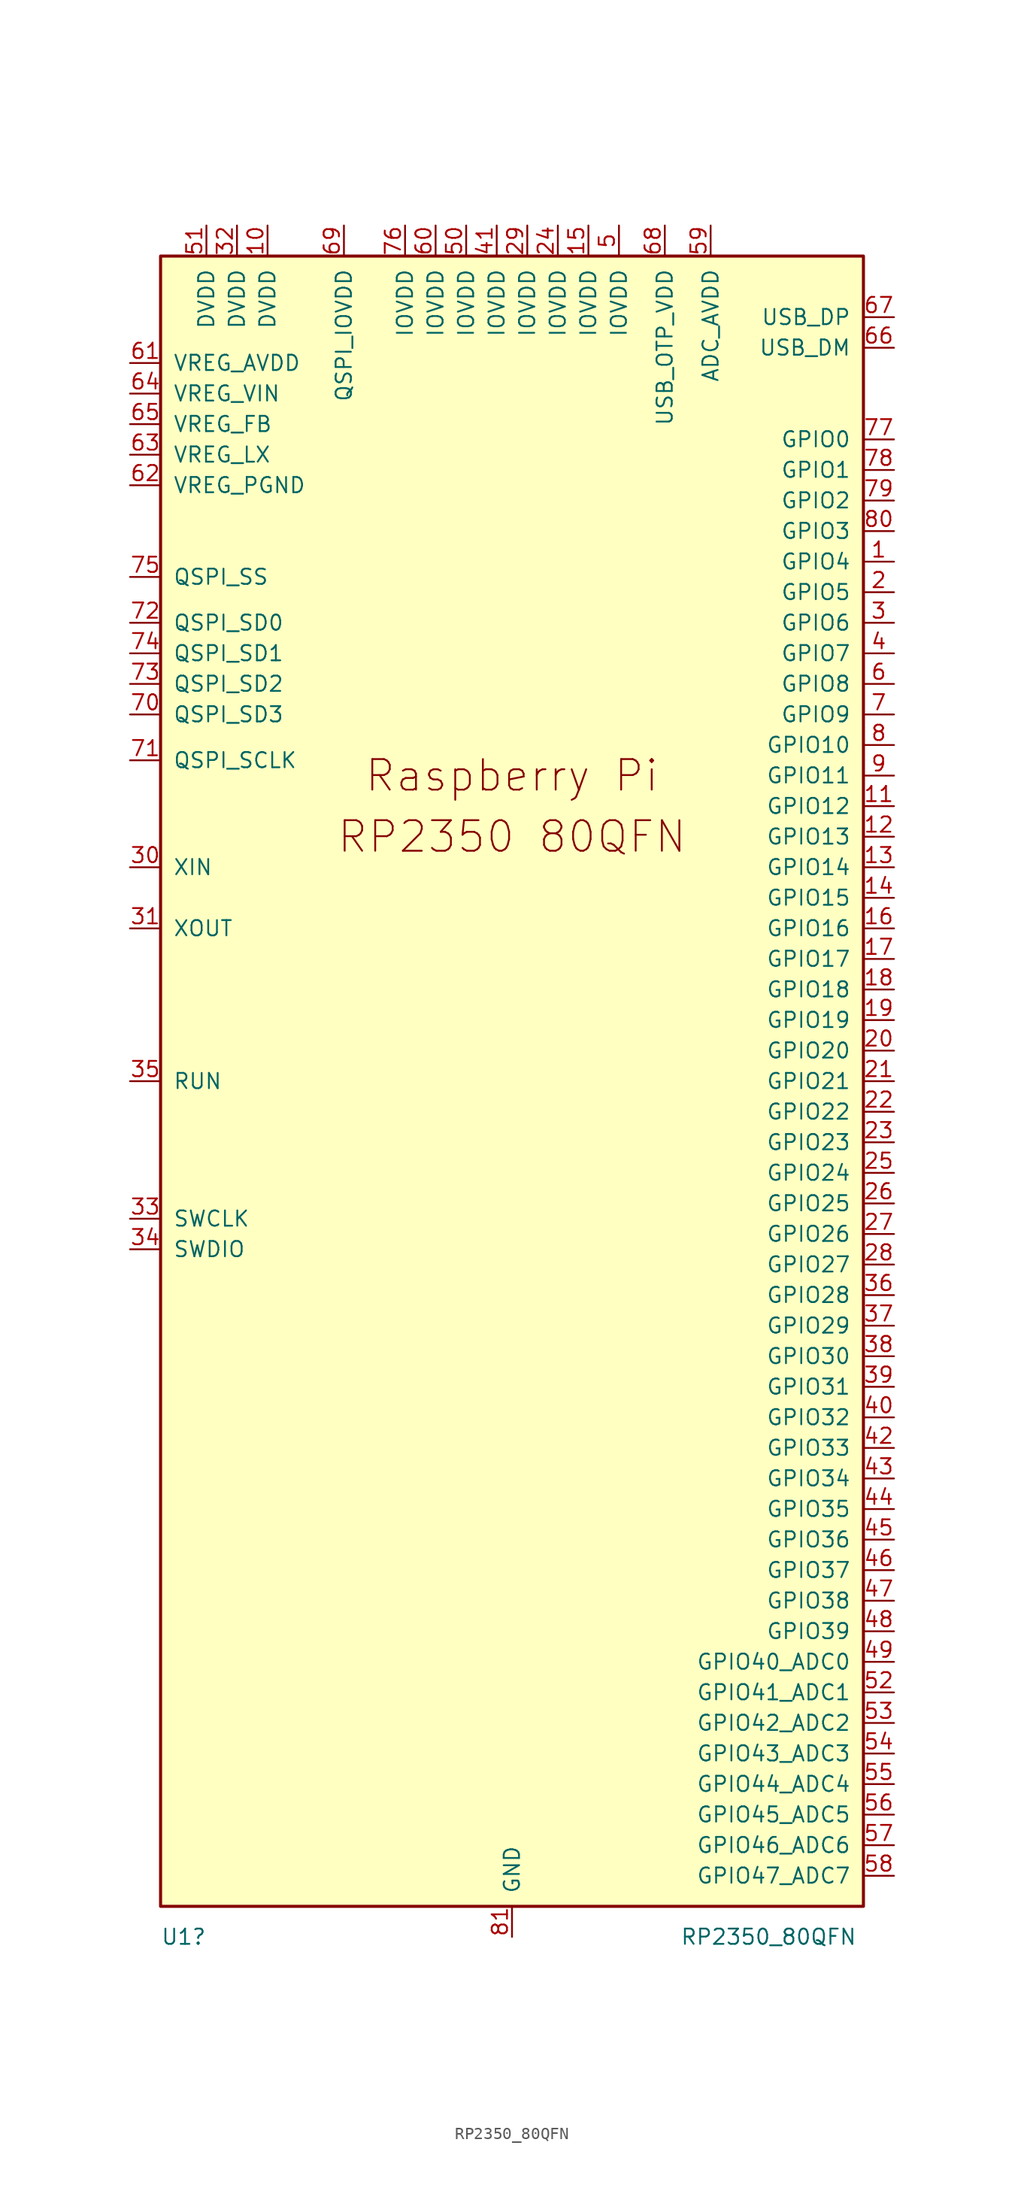
<source format=kicad_sym>
(kicad_symbol_lib
  (version 20220914)
  (generator kicad_symbol_editor)
  (symbol "RP2350_80QFN"
    (pin_names
      (offset 1.016))
    (property "Reference" "U1"
      (at -29.21 -91.44 0)
      (effects (font (size 1.27 1.27)) (justify left)))
    (property "Value" "RP2350_80QFN"
      (at 13.97 -91.44 0)
      (effects (font (size 1.27 1.27)) (justify left)))
    (symbol "RP2350_80QFN_0_0"
      (text "Raspberry Pi" (at 0 5.08 0) (effects (font (size 2.54 2.54)))))
    (symbol "RP2350_80QFN_0_1"
      (rectangle (start -29.21 48.26) (end 29.21 -88.9) (stroke (width 0.254) (type default)) (fill (type background))))
    (symbol "RP2350_80QFN_1_0"
      (text "RP2350 80QFN" (at 0 0 0) (effects (font (size 2.54 2.54))))
      (pin bidirectional line (at 31.75 -43.18 180) (length 2.54) (name "GPIO30" (effects (font (size 1.27 1.27)))) (number "38" (effects (font (size 1.27 1.27)))))
      (pin bidirectional line (at 31.75 -45.72 180) (length 2.54) (name "GPIO31" (effects (font (size 1.27 1.27)))) (number "39" (effects (font (size 1.27 1.27)))))
      (pin bidirectional line (at 31.75 -48.26 180) (length 2.54) (name "GPIO32" (effects (font (size 1.27 1.27)))) (number "40" (effects (font (size 1.27 1.27)))))
      (pin bidirectional line (at 31.75 -50.8 180) (length 2.54) (name "GPIO33" (effects (font (size 1.27 1.27)))) (number "42" (effects (font (size 1.27 1.27)))))
      (pin bidirectional line (at 31.75 -53.34 180) (length 2.54) (name "GPIO34" (effects (font (size 1.27 1.27)))) (number "43" (effects (font (size 1.27 1.27)))))
      (pin bidirectional line (at 31.75 -55.88 180) (length 2.54) (name "GPIO35" (effects (font (size 1.27 1.27)))) (number "44" (effects (font (size 1.27 1.27)))))
      (pin bidirectional line (at 31.75 -58.42 180) (length 2.54) (name "GPIO36" (effects (font (size 1.27 1.27)))) (number "45" (effects (font (size 1.27 1.27)))))
      (pin bidirectional line (at 31.75 -60.96 180) (length 2.54) (name "GPIO37" (effects (font (size 1.27 1.27)))) (number "46" (effects (font (size 1.27 1.27)))))
      (pin bidirectional line (at 31.75 -63.5 180) (length 2.54) (name "GPIO38" (effects (font (size 1.27 1.27)))) (number "47" (effects (font (size 1.27 1.27)))))
      (pin bidirectional line (at 31.75 -66.04 180) (length 2.54) (name "GPIO39" (effects (font (size 1.27 1.27)))) (number "48" (effects (font (size 1.27 1.27)))))
      (pin bidirectional line (at 31.75 -68.58 180) (length 2.54) (name "GPIO40_ADC0" (effects (font (size 1.27 1.27)))) (number "49" (effects (font (size 1.27 1.27)))))
      (pin bidirectional line (at 31.75 -71.12 180) (length 2.54) (name "GPIO41_ADC1" (effects (font (size 1.27 1.27)))) (number "52" (effects (font (size 1.27 1.27)))))
      (pin bidirectional line (at 31.75 -73.66 180) (length 2.54) (name "GPIO42_ADC2" (effects (font (size 1.27 1.27)))) (number "53" (effects (font (size 1.27 1.27)))))
      (pin bidirectional line (at 31.75 -76.2 180) (length 2.54) (name "GPIO43_ADC3" (effects (font (size 1.27 1.27)))) (number "54" (effects (font (size 1.27 1.27)))))
      (pin bidirectional line (at 31.75 -78.74 180) (length 2.54) (name "GPIO44_ADC4" (effects (font (size 1.27 1.27)))) (number "55" (effects (font (size 1.27 1.27)))))
      (pin bidirectional line (at 31.75 -81.28 180) (length 2.54) (name "GPIO45_ADC5" (effects (font (size 1.27 1.27)))) (number "56" (effects (font (size 1.27 1.27)))))
      (pin bidirectional line (at 31.75 -83.82 180) (length 2.54) (name "GPIO46_ADC6" (effects (font (size 1.27 1.27)))) (number "57" (effects (font (size 1.27 1.27)))))
      (pin bidirectional line (at 31.75 -86.36 180) (length 2.54) (name "GPIO47_ADC7" (effects (font (size 1.27 1.27)))) (number "58" (effects (font (size 1.27 1.27)))))
      (pin power_in line (at -6.35 50.8 270) (length 2.54) (name "IOVDD" (effects (font (size 1.27 1.27)))) (number "60" (effects (font (size 1.27 1.27)))))
      (pin power_in line (at -8.89 50.8 270) (length 2.54) (name "IOVDD" (effects (font (size 1.27 1.27)))) (number "76" (effects (font (size 1.27 1.27))))))
    (symbol "RP2350_80QFN_1_1"
      (pin bidirectional line (at 31.75 22.86 180) (length 2.54) (name "GPIO4" (effects (font (size 1.27 1.27)))) (number "1" (effects (font (size 1.27 1.27)))))
      (pin power_in line (at -20.32 50.8 270) (length 2.54) (name "DVDD" (effects (font (size 1.27 1.27)))) (number "10" (effects (font (size 1.27 1.27)))))
      (pin bidirectional line (at 31.75 2.54 180) (length 2.54) (name "GPIO12" (effects (font (size 1.27 1.27)))) (number "11" (effects (font (size 1.27 1.27)))))
      (pin bidirectional line (at 31.75 0 180) (length 2.54) (name "GPIO13" (effects (font (size 1.27 1.27)))) (number "12" (effects (font (size 1.27 1.27)))))
      (pin bidirectional line (at 31.75 -2.54 180) (length 2.54) (name "GPIO14" (effects (font (size 1.27 1.27)))) (number "13" (effects (font (size 1.27 1.27)))))
      (pin bidirectional line (at 31.75 -5.08 180) (length 2.54) (name "GPIO15" (effects (font (size 1.27 1.27)))) (number "14" (effects (font (size 1.27 1.27)))))
      (pin power_in line (at 6.35 50.8 270) (length 2.54) (name "IOVDD" (effects (font (size 1.27 1.27)))) (number "15" (effects (font (size 1.27 1.27)))))
      (pin bidirectional line (at 31.75 -7.62 180) (length 2.54) (name "GPIO16" (effects (font (size 1.27 1.27)))) (number "16" (effects (font (size 1.27 1.27)))))
      (pin bidirectional line (at 31.75 -10.16 180) (length 2.54) (name "GPIO17" (effects (font (size 1.27 1.27)))) (number "17" (effects (font (size 1.27 1.27)))))
      (pin bidirectional line (at 31.75 -12.7 180) (length 2.54) (name "GPIO18" (effects (font (size 1.27 1.27)))) (number "18" (effects (font (size 1.27 1.27)))))
      (pin bidirectional line (at 31.75 -15.24 180) (length 2.54) (name "GPIO19" (effects (font (size 1.27 1.27)))) (number "19" (effects (font (size 1.27 1.27)))))
      (pin bidirectional line (at 31.75 20.32 180) (length 2.54) (name "GPIO5" (effects (font (size 1.27 1.27)))) (number "2" (effects (font (size 1.27 1.27)))))
      (pin bidirectional line (at 31.75 -17.78 180) (length 2.54) (name "GPIO20" (effects (font (size 1.27 1.27)))) (number "20" (effects (font (size 1.27 1.27)))))
      (pin bidirectional line (at 31.75 -20.32 180) (length 2.54) (name "GPIO21" (effects (font (size 1.27 1.27)))) (number "21" (effects (font (size 1.27 1.27)))))
      (pin bidirectional line (at 31.75 -22.86 180) (length 2.54) (name "GPIO22" (effects (font (size 1.27 1.27)))) (number "22" (effects (font (size 1.27 1.27)))))
      (pin bidirectional line (at 31.75 -25.4 180) (length 2.54) (name "GPIO23" (effects (font (size 1.27 1.27)))) (number "23" (effects (font (size 1.27 1.27)))))
      (pin power_in line (at 3.81 50.8 270) (length 2.54) (name "IOVDD" (effects (font (size 1.27 1.27)))) (number "24" (effects (font (size 1.27 1.27)))))
      (pin bidirectional line (at 31.75 -27.94 180) (length 2.54) (name "GPIO24" (effects (font (size 1.27 1.27)))) (number "25" (effects (font (size 1.27 1.27)))))
      (pin bidirectional line (at 31.75 -30.48 180) (length 2.54) (name "GPIO25" (effects (font (size 1.27 1.27)))) (number "26" (effects (font (size 1.27 1.27)))))
      (pin bidirectional line (at 31.75 -33.02 180) (length 2.54) (name "GPIO26" (effects (font (size 1.27 1.27)))) (number "27" (effects (font (size 1.27 1.27)))))
      (pin bidirectional line (at 31.75 -35.56 180) (length 2.54) (name "GPIO27" (effects (font (size 1.27 1.27)))) (number "28" (effects (font (size 1.27 1.27)))))
      (pin power_in line (at 1.27 50.8 270) (length 2.54) (name "IOVDD" (effects (font (size 1.27 1.27)))) (number "29" (effects (font (size 1.27 1.27)))))
      (pin bidirectional line (at 31.75 17.78 180) (length 2.54) (name "GPIO6" (effects (font (size 1.27 1.27)))) (number "3" (effects (font (size 1.27 1.27)))))
      (pin input line (at -31.75 -2.54 0) (length 2.54) (name "XIN" (effects (font (size 1.27 1.27)))) (number "30" (effects (font (size 1.27 1.27)))))
      (pin passive line (at -31.75 -7.62 0) (length 2.54) (name "XOUT" (effects (font (size 1.27 1.27)))) (number "31" (effects (font (size 1.27 1.27)))))
      (pin power_in line (at -22.86 50.8 270) (length 2.54) (name "DVDD" (effects (font (size 1.27 1.27)))) (number "32" (effects (font (size 1.27 1.27)))))
      (pin output line (at -31.75 -31.75 0) (length 2.54) (name "SWCLK" (effects (font (size 1.27 1.27)))) (number "33" (effects (font (size 1.27 1.27)))))
      (pin bidirectional line (at -31.75 -34.29 0) (length 2.54) (name "SWDIO" (effects (font (size 1.27 1.27)))) (number "34" (effects (font (size 1.27 1.27)))))
      (pin input line (at -31.75 -20.32 0) (length 2.54) (name "RUN" (effects (font (size 1.27 1.27)))) (number "35" (effects (font (size 1.27 1.27)))))
      (pin bidirectional line (at 31.75 -38.1 180) (length 2.54) (name "GPIO28" (effects (font (size 1.27 1.27)))) (number "36" (effects (font (size 1.27 1.27)))))
      (pin bidirectional line (at 31.75 -40.64 180) (length 2.54) (name "GPIO29" (effects (font (size 1.27 1.27)))) (number "37" (effects (font (size 1.27 1.27)))))
      (pin bidirectional line (at 31.75 15.24 180) (length 2.54) (name "GPIO7" (effects (font (size 1.27 1.27)))) (number "4" (effects (font (size 1.27 1.27)))))
      (pin power_in line (at -1.27 50.8 270) (length 2.54) (name "IOVDD" (effects (font (size 1.27 1.27)))) (number "41" (effects (font (size 1.27 1.27)))))
      (pin power_in line (at 8.89 50.8 270) (length 2.54) (name "IOVDD" (effects (font (size 1.27 1.27)))) (number "5" (effects (font (size 1.27 1.27)))))
      (pin power_in line (at -3.81 50.8 270) (length 2.54) (name "IOVDD" (effects (font (size 1.27 1.27)))) (number "50" (effects (font (size 1.27 1.27)))))
      (pin power_in line (at -25.4 50.8 270) (length 2.54) (name "DVDD" (effects (font (size 1.27 1.27)))) (number "51" (effects (font (size 1.27 1.27)))))
      (pin power_in line (at 16.51 50.8 270) (length 2.54) (name "ADC_AVDD" (effects (font (size 1.27 1.27)))) (number "59" (effects (font (size 1.27 1.27)))))
      (pin bidirectional line (at 31.75 12.7 180) (length 2.54) (name "GPIO8" (effects (font (size 1.27 1.27)))) (number "6" (effects (font (size 1.27 1.27)))))
      (pin power_in line (at -31.75 39.37 0) (length 2.54) (name "VREG_AVDD" (effects (font (size 1.27 1.27)))) (number "61" (effects (font (size 1.27 1.27)))))
      (pin power_in line (at -31.75 29.21 0) (length 2.54) (name "VREG_PGND" (effects (font (size 1.27 1.27)))) (number "62" (effects (font (size 1.27 1.27)))))
      (pin power_out line (at -31.75 31.75 0) (length 2.54) (name "VREG_LX" (effects (font (size 1.27 1.27)))) (number "63" (effects (font (size 1.27 1.27)))))
      (pin power_in line (at -31.75 36.83 0) (length 2.54) (name "VREG_VIN" (effects (font (size 1.27 1.27)))) (number "64" (effects (font (size 1.27 1.27)))))
      (pin input line (at -31.75 34.29 0) (length 2.54) (name "VREG_FB" (effects (font (size 1.27 1.27)))) (number "65" (effects (font (size 1.27 1.27)))))
      (pin bidirectional line (at 31.75 40.64 180) (length 2.54) (name "USB_DM" (effects (font (size 1.27 1.27)))) (number "66" (effects (font (size 1.27 1.27)))))
      (pin bidirectional line (at 31.75 43.18 180) (length 2.54) (name "USB_DP" (effects (font (size 1.27 1.27)))) (number "67" (effects (font (size 1.27 1.27)))))
      (pin power_in line (at 12.7 50.8 270) (length 2.54) (name "USB_OTP_VDD" (effects (font (size 1.27 1.27)))) (number "68" (effects (font (size 1.27 1.27)))))
      (pin power_in line (at -13.97 50.8 270) (length 2.54) (name "QSPI_IOVDD" (effects (font (size 1.27 1.27)))) (number "69" (effects (font (size 1.27 1.27)))))
      (pin bidirectional line (at 31.75 10.16 180) (length 2.54) (name "GPIO9" (effects (font (size 1.27 1.27)))) (number "7" (effects (font (size 1.27 1.27)))))
      (pin bidirectional line (at -31.75 10.16 0) (length 2.54) (name "QSPI_SD3" (effects (font (size 1.27 1.27)))) (number "70" (effects (font (size 1.27 1.27)))))
      (pin output line (at -31.75 6.35 0) (length 2.54) (name "QSPI_SCLK" (effects (font (size 1.27 1.27)))) (number "71" (effects (font (size 1.27 1.27)))))
      (pin bidirectional line (at -31.75 17.78 0) (length 2.54) (name "QSPI_SD0" (effects (font (size 1.27 1.27)))) (number "72" (effects (font (size 1.27 1.27)))))
      (pin bidirectional line (at -31.75 12.7 0) (length 2.54) (name "QSPI_SD2" (effects (font (size 1.27 1.27)))) (number "73" (effects (font (size 1.27 1.27)))))
      (pin bidirectional line (at -31.75 15.24 0) (length 2.54) (name "QSPI_SD1" (effects (font (size 1.27 1.27)))) (number "74" (effects (font (size 1.27 1.27)))))
      (pin bidirectional line (at -31.75 21.59 0) (length 2.54) (name "QSPI_SS" (effects (font (size 1.27 1.27)))) (number "75" (effects (font (size 1.27 1.27)))))
      (pin bidirectional line (at 31.75 33.02 180) (length 2.54) (name "GPIO0" (effects (font (size 1.27 1.27)))) (number "77" (effects (font (size 1.27 1.27)))))
      (pin bidirectional line (at 31.75 30.48 180) (length 2.54) (name "GPIO1" (effects (font (size 1.27 1.27)))) (number "78" (effects (font (size 1.27 1.27)))))
      (pin bidirectional line (at 31.75 27.94 180) (length 2.54) (name "GPIO2" (effects (font (size 1.27 1.27)))) (number "79" (effects (font (size 1.27 1.27)))))
      (pin bidirectional line (at 31.75 7.62 180) (length 2.54) (name "GPIO10" (effects (font (size 1.27 1.27)))) (number "8" (effects (font (size 1.27 1.27)))))
      (pin bidirectional line (at 31.75 25.4 180) (length 2.54) (name "GPIO3" (effects (font (size 1.27 1.27)))) (number "80" (effects (font (size 1.27 1.27)))))
      (pin power_in line (at 0 -91.44 90) (length 2.54) (name "GND" (effects (font (size 1.27 1.27)))) (number "81" (effects (font (size 1.27 1.27)))))
      (pin bidirectional line (at 31.75 5.08 180) (length 2.54) (name "GPIO11" (effects (font (size 1.27 1.27)))) (number "9" (effects (font (size 1.27 1.27))))))))
</source>
